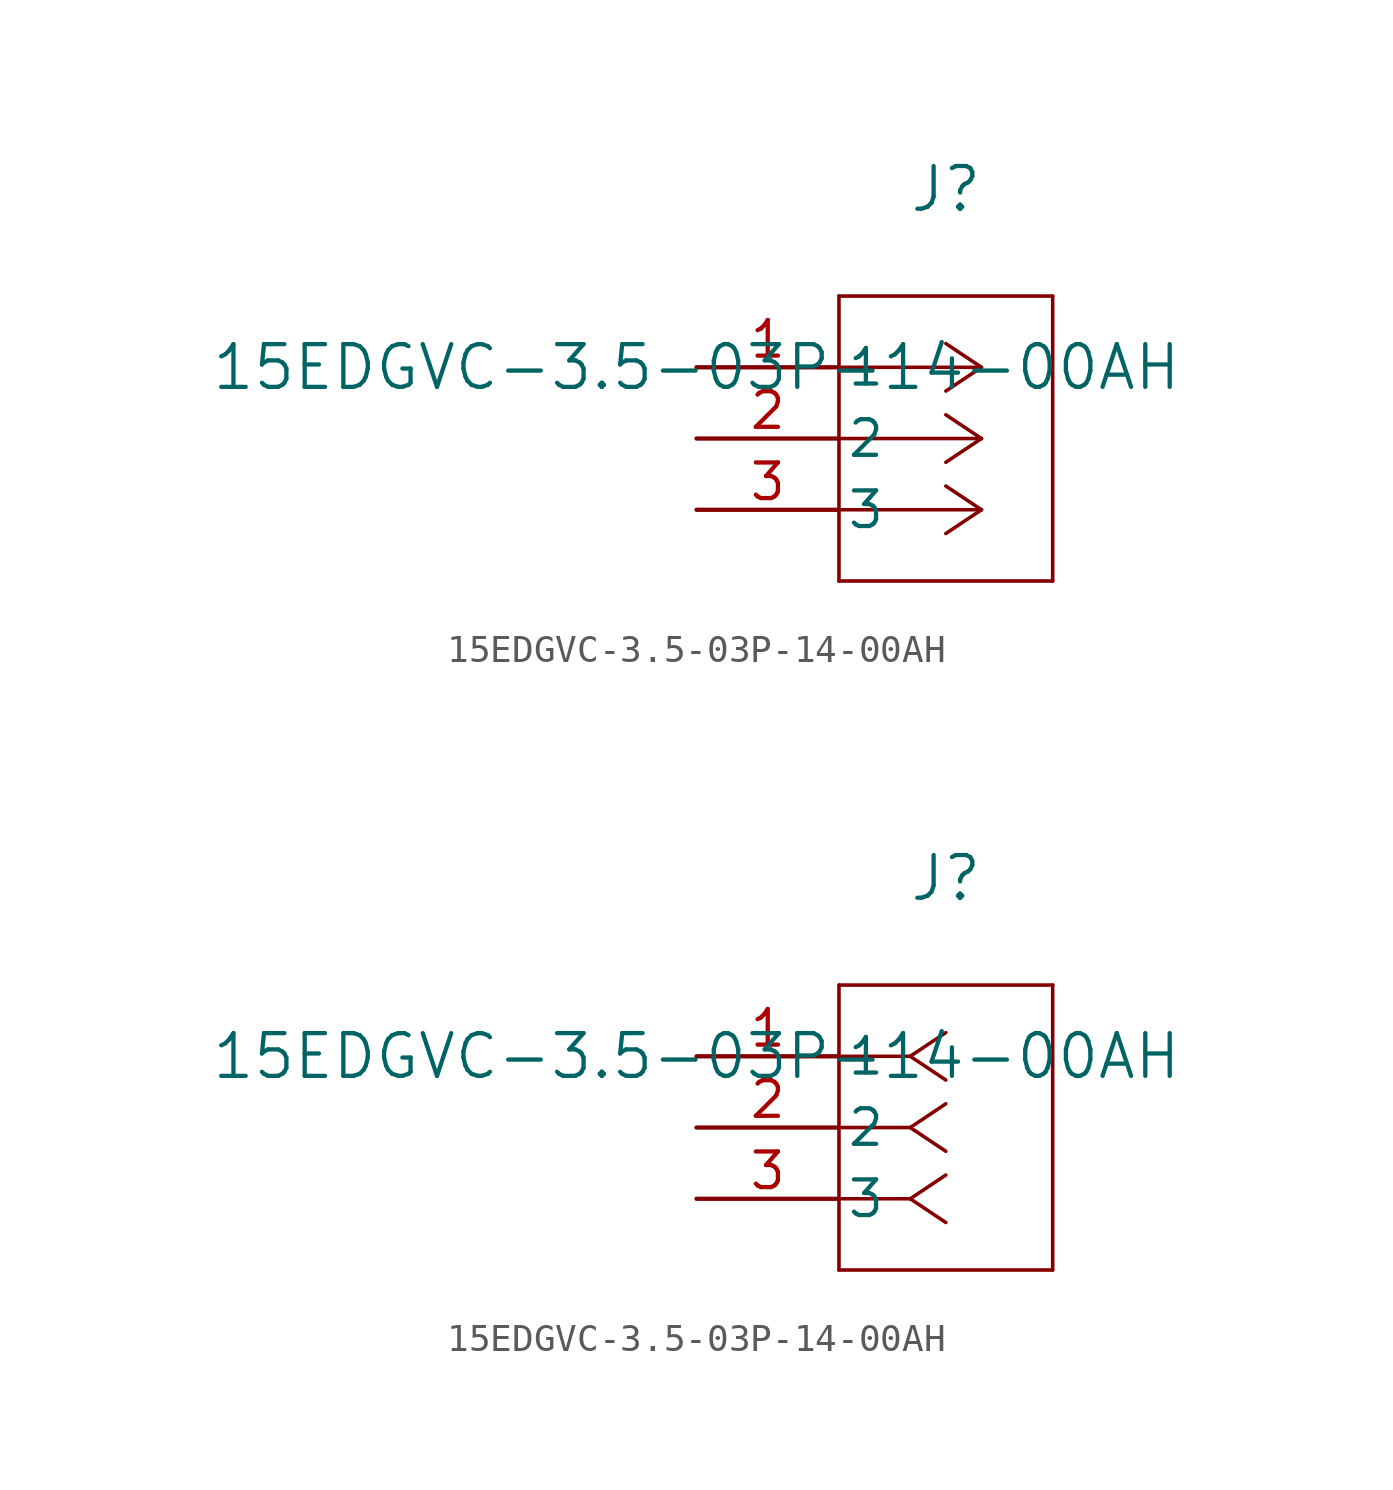
<source format=kicad_sym>
(kicad_symbol_lib
  (version 20211014)
  (generator kicad_symbol_editor)
  (symbol "15EDGVC-3.5-03P-14-00AH"
    (pin_names
      (offset 0.254))
    (property "Reference" "J"
      (at 8.89 6.35 0)
      (effects (font (size 1.524 1.524))))
    (property "Value" "15EDGVC-3.5-03P-14-00AH"
      (at 0 0 0)
      (effects (font (size 1.524 1.524))))
    (symbol "15EDGVC-3.5-03P-14-00AH_1_1"
      (polyline (pts (xy 10.16 0) (xy 5.08 0)) (stroke (width 0.127) (type default) (color 0 0 0 0)) (fill (type none)))
      (polyline (pts (xy 10.16 -2.54) (xy 5.08 -2.54)) (stroke (width 0.127) (type default) (color 0 0 0 0)) (fill (type none)))
      (polyline (pts (xy 10.16 -5.08) (xy 5.08 -5.08)) (stroke (width 0.127) (type default) (color 0 0 0 0)) (fill (type none)))
      (polyline (pts (xy 10.16 0) (xy 8.89 0.847)) (stroke (width 0.127) (type default) (color 0 0 0 0)) (fill (type none)))
      (polyline (pts (xy 10.16 -2.54) (xy 8.89 -1.693)) (stroke (width 0.127) (type default) (color 0 0 0 0)) (fill (type none)))
      (polyline (pts (xy 10.16 -5.08) (xy 8.89 -4.233)) (stroke (width 0.127) (type default) (color 0 0 0 0)) (fill (type none)))
      (polyline (pts (xy 10.16 0) (xy 8.89 -0.847)) (stroke (width 0.127) (type default) (color 0 0 0 0)) (fill (type none)))
      (polyline (pts (xy 10.16 -2.54) (xy 8.89 -3.387)) (stroke (width 0.127) (type default) (color 0 0 0 0)) (fill (type none)))
      (polyline (pts (xy 10.16 -5.08) (xy 8.89 -5.927)) (stroke (width 0.127) (type default) (color 0 0 0 0)) (fill (type none)))
      (polyline (pts (xy 5.08 2.54) (xy 5.08 -7.62)) (stroke (width 0.127) (type default) (color 0 0 0 0)) (fill (type none)))
      (polyline (pts (xy 5.08 -7.62) (xy 12.7 -7.62)) (stroke (width 0.127) (type default) (color 0 0 0 0)) (fill (type none)))
      (polyline (pts (xy 12.7 -7.62) (xy 12.7 2.54)) (stroke (width 0.127) (type default) (color 0 0 0 0)) (fill (type none)))
      (polyline (pts (xy 12.7 2.54) (xy 5.08 2.54)) (stroke (width 0.127) (type default) (color 0 0 0 0)) (fill (type none)))
      (pin unspecified line (at 0 0 0) (length 5.08) (name "1" (effects (font (size 1.27 1.27)))) (number "1" (effects (font (size 1.27 1.27)))))
      (pin unspecified line (at 0 -2.54 0) (length 5.08) (name "2" (effects (font (size 1.27 1.27)))) (number "2" (effects (font (size 1.27 1.27)))))
      (pin unspecified line (at 0 -5.08 0) (length 5.08) (name "3" (effects (font (size 1.27 1.27)))) (number "3" (effects (font (size 1.27 1.27))))))
    (symbol "15EDGVC-3.5-03P-14-00AH_1_2"
      (polyline (pts (xy 7.62 0) (xy 5.08 0)) (stroke (width 0.127) (type default) (color 0 0 0 0)) (fill (type none)))
      (polyline (pts (xy 7.62 -2.54) (xy 5.08 -2.54)) (stroke (width 0.127) (type default) (color 0 0 0 0)) (fill (type none)))
      (polyline (pts (xy 7.62 -5.08) (xy 5.08 -5.08)) (stroke (width 0.127) (type default) (color 0 0 0 0)) (fill (type none)))
      (polyline (pts (xy 7.62 0) (xy 8.89 0.847)) (stroke (width 0.127) (type default) (color 0 0 0 0)) (fill (type none)))
      (polyline (pts (xy 7.62 -2.54) (xy 8.89 -1.693)) (stroke (width 0.127) (type default) (color 0 0 0 0)) (fill (type none)))
      (polyline (pts (xy 7.62 -5.08) (xy 8.89 -4.233)) (stroke (width 0.127) (type default) (color 0 0 0 0)) (fill (type none)))
      (polyline (pts (xy 7.62 0) (xy 8.89 -0.847)) (stroke (width 0.127) (type default) (color 0 0 0 0)) (fill (type none)))
      (polyline (pts (xy 7.62 -2.54) (xy 8.89 -3.387)) (stroke (width 0.127) (type default) (color 0 0 0 0)) (fill (type none)))
      (polyline (pts (xy 7.62 -5.08) (xy 8.89 -5.927)) (stroke (width 0.127) (type default) (color 0 0 0 0)) (fill (type none)))
      (polyline (pts (xy 5.08 2.54) (xy 5.08 -7.62)) (stroke (width 0.127) (type default) (color 0 0 0 0)) (fill (type none)))
      (polyline (pts (xy 5.08 -7.62) (xy 12.7 -7.62)) (stroke (width 0.127) (type default) (color 0 0 0 0)) (fill (type none)))
      (polyline (pts (xy 12.7 -7.62) (xy 12.7 2.54)) (stroke (width 0.127) (type default) (color 0 0 0 0)) (fill (type none)))
      (polyline (pts (xy 12.7 2.54) (xy 5.08 2.54)) (stroke (width 0.127) (type default) (color 0 0 0 0)) (fill (type none)))
      (pin unspecified line (at 0 0 0) (length 5.08) (name "1" (effects (font (size 1.27 1.27)))) (number "1" (effects (font (size 1.27 1.27)))))
      (pin unspecified line (at 0 -2.54 0) (length 5.08) (name "2" (effects (font (size 1.27 1.27)))) (number "2" (effects (font (size 1.27 1.27)))))
      (pin unspecified line (at 0 -5.08 0) (length 5.08) (name "3" (effects (font (size 1.27 1.27)))) (number "3" (effects (font (size 1.27 1.27))))))))
</source>
